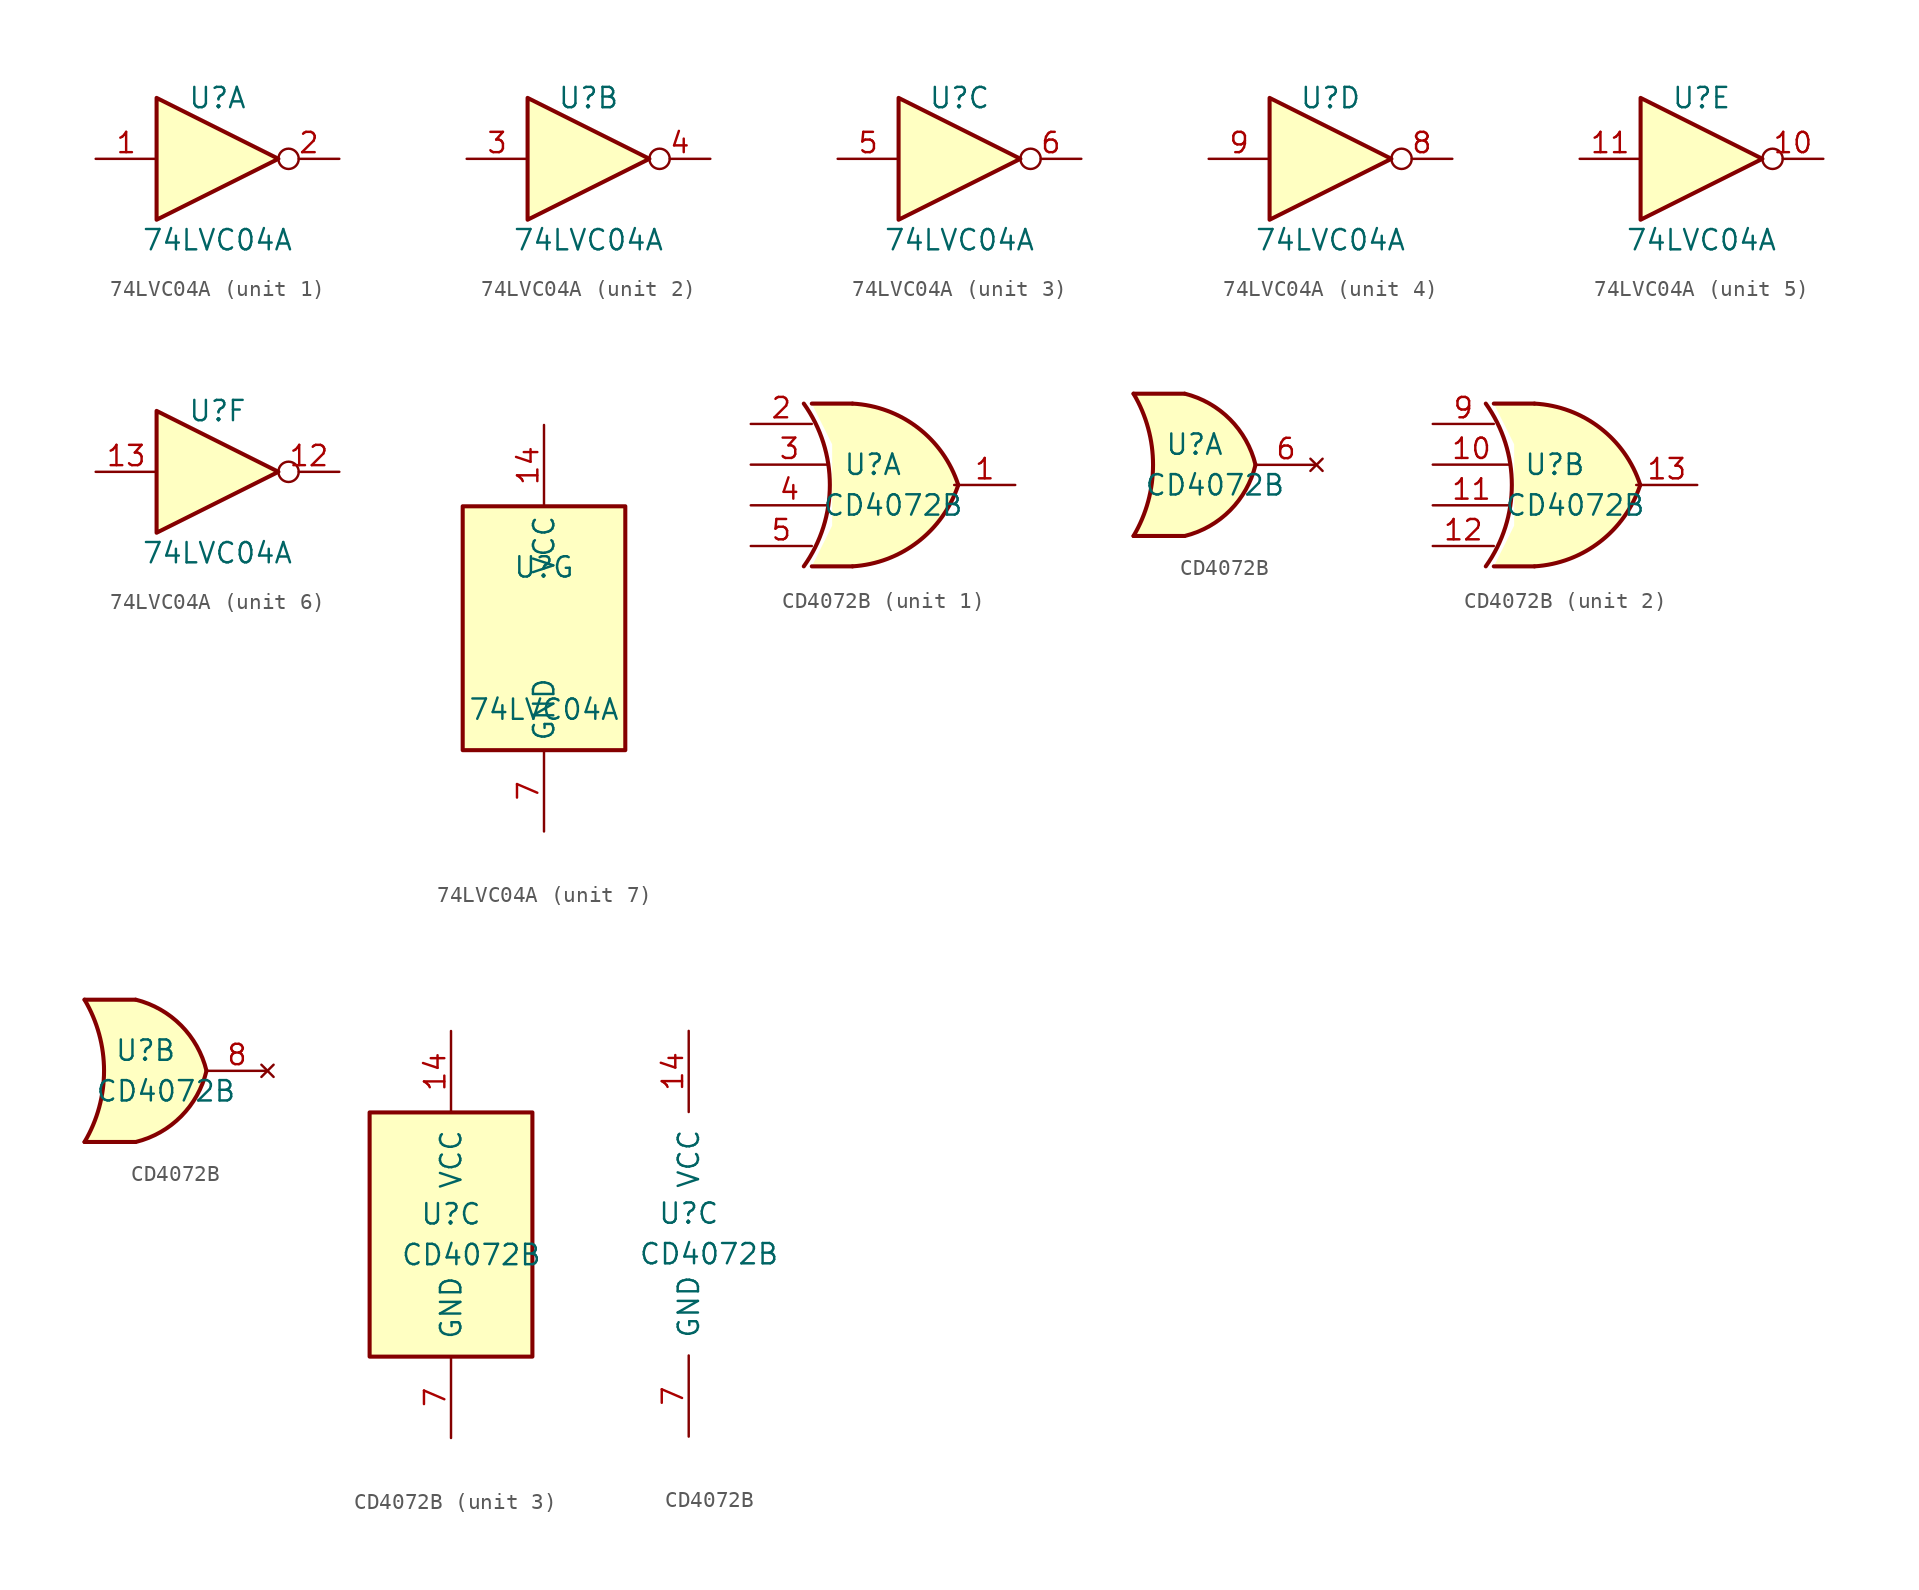
<source format=kicad_sym>
(kicad_symbol_lib
  (version 20211014)
  (generator kicad_symbol_editor)
  (symbol "74LVC04A"
    (property "Reference" "U"
      (at 0 3.81 0)
      (effects (font (size 1.27 1.27))))
    (property "Value" "74LVC04A"
      (at 0 -5.08 0)
      (effects (font (size 1.27 1.27))))
    (property "ki_locked" ""
      (at 0 0 0)
      (effects (font (size 1.27 1.27))))
    (symbol "74LVC04A_1_0"
      (polyline (pts (xy -3.81 3.81) (xy -3.81 -3.81) (xy 3.81 0) (xy -3.81 3.81)) (stroke (width 0.254) (type default) (color 0 0 0 0)) (fill (type background)))
      (pin input line (at -7.62 0 0) (length 3.81) (name "~" (effects (font (size 1.27 1.27)))) (number "1" (effects (font (size 1.27 1.27)))))
      (pin output inverted (at 7.62 0 180) (length 3.81) (name "~" (effects (font (size 1.27 1.27)))) (number "2" (effects (font (size 1.27 1.27))))))
    (symbol "74LVC04A_2_0"
      (polyline (pts (xy -3.81 3.81) (xy -3.81 -3.81) (xy 3.81 0) (xy -3.81 3.81)) (stroke (width 0.254) (type default) (color 0 0 0 0)) (fill (type background)))
      (pin input line (at -7.62 0 0) (length 3.81) (name "~" (effects (font (size 1.27 1.27)))) (number "3" (effects (font (size 1.27 1.27)))))
      (pin output inverted (at 7.62 0 180) (length 3.81) (name "~" (effects (font (size 1.27 1.27)))) (number "4" (effects (font (size 1.27 1.27))))))
    (symbol "74LVC04A_3_0"
      (polyline (pts (xy -3.81 3.81) (xy -3.81 -3.81) (xy 3.81 0) (xy -3.81 3.81)) (stroke (width 0.254) (type default) (color 0 0 0 0)) (fill (type background)))
      (pin input line (at -7.62 0 0) (length 3.81) (name "~" (effects (font (size 1.27 1.27)))) (number "5" (effects (font (size 1.27 1.27)))))
      (pin output inverted (at 7.62 0 180) (length 3.81) (name "~" (effects (font (size 1.27 1.27)))) (number "6" (effects (font (size 1.27 1.27))))))
    (symbol "74LVC04A_4_0"
      (polyline (pts (xy -3.81 3.81) (xy -3.81 -3.81) (xy 3.81 0) (xy -3.81 3.81)) (stroke (width 0.254) (type default) (color 0 0 0 0)) (fill (type background)))
      (pin output inverted (at 7.62 0 180) (length 3.81) (name "~" (effects (font (size 1.27 1.27)))) (number "8" (effects (font (size 1.27 1.27)))))
      (pin input line (at -7.62 0 0) (length 3.81) (name "~" (effects (font (size 1.27 1.27)))) (number "9" (effects (font (size 1.27 1.27))))))
    (symbol "74LVC04A_5_0"
      (polyline (pts (xy -3.81 3.81) (xy -3.81 -3.81) (xy 3.81 0) (xy -3.81 3.81)) (stroke (width 0.254) (type default) (color 0 0 0 0)) (fill (type background)))
      (pin output inverted (at 7.62 0 180) (length 3.81) (name "~" (effects (font (size 1.27 1.27)))) (number "10" (effects (font (size 1.27 1.27)))))
      (pin input line (at -7.62 0 0) (length 3.81) (name "~" (effects (font (size 1.27 1.27)))) (number "11" (effects (font (size 1.27 1.27))))))
    (symbol "74LVC04A_6_0"
      (polyline (pts (xy -3.81 3.81) (xy -3.81 -3.81) (xy 3.81 0) (xy -3.81 3.81)) (stroke (width 0.254) (type default) (color 0 0 0 0)) (fill (type background)))
      (pin output inverted (at 7.62 0 180) (length 3.81) (name "~" (effects (font (size 1.27 1.27)))) (number "12" (effects (font (size 1.27 1.27)))))
      (pin input line (at -7.62 0 0) (length 3.81) (name "~" (effects (font (size 1.27 1.27)))) (number "13" (effects (font (size 1.27 1.27))))))
    (symbol "74LVC04A_7_0"
      (pin power_in line (at 0 12.7 270) (length 5.08) (name "VCC" (effects (font (size 1.27 1.27)))) (number "14" (effects (font (size 1.27 1.27)))))
      (pin power_in line (at 0 -12.7 90) (length 5.08) (name "GND" (effects (font (size 1.27 1.27)))) (number "7" (effects (font (size 1.27 1.27))))))
    (symbol "74LVC04A_7_1"
      (rectangle (start -5.08 7.62) (end 5.08 -7.62) (stroke (width 0.254) (type default) (color 0 0 0 0)) (fill (type background)))))
  (symbol "CD4072B"
    (pin_names
      (offset 1.016))
    (property "Reference" "U"
      (at 0 1.27 0)
      (effects (font (size 1.27 1.27))))
    (property "Value" "CD4072B"
      (at 1.27 -1.27 0)
      (effects (font (size 1.27 1.27))))
    (property "ki_locked" ""
      (at 0 0 0)
      (effects (font (size 1.27 1.27))))
    (symbol "CD4072B_1_1"
      (arc (start -4.3094 -5.08) (mid -2.683 0) (end -4.3094 5.08) (stroke (width 0.254) (type default) (color 0 0 0 0)) (fill (type none)))
      (arc (start -1.27 -5.08) (mid 2.8113 -3.5531) (end 5.3338 0) (stroke (width 0.254) (type default) (color 0 0 0 0)) (fill (type background)))
      (polyline (pts (xy -3.81 -5.08) (xy -1.27 -5.08)) (stroke (width 0.254) (type default) (color 0 0 0 0)) (fill (type background)))
      (polyline (pts (xy -3.81 5.08) (xy -1.27 5.08)) (stroke (width 0.254) (type default) (color 0 0 0 0)) (fill (type background)))
      (polyline (pts (xy -1.27 5.08) (xy -3.81 5.08) (xy -3.81 5.08) (xy -2.54 2.54) (xy -2.54 2.54) (xy -2.54 1.27) (xy -2.54 0) (xy -2.54 -1.27) (xy -2.54 -2.54) (xy -3.81 -5.08) (xy -1.27 -5.08) (xy 2.54 -3.81)) (stroke (width -25.4) (type default) (color 0 0 0 0)) (fill (type background)))
      (arc (start 5.3338 0) (mid 2.8217 3.5666) (end -1.27 5.08) (stroke (width 0.254) (type default) (color 0 0 0 0)) (fill (type background)))
      (pin output line (at 8.89 0 180) (length 3.81) (name "~" (effects (font (size 1.27 1.27)))) (number "1" (effects (font (size 1.27 1.27)))))
      (pin input line (at -7.62 3.81 0) (length 3.81) (name "~" (effects (font (size 1.27 1.27)))) (number "2" (effects (font (size 1.27 1.27)))))
      (pin input line (at -7.62 1.27 0) (length 4.826) (name "~" (effects (font (size 1.27 1.27)))) (number "3" (effects (font (size 1.27 1.27)))))
      (pin input line (at -7.62 -1.27 0) (length 4.826) (name "~" (effects (font (size 1.27 1.27)))) (number "4" (effects (font (size 1.27 1.27)))))
      (pin input line (at -7.62 -3.81 0) (length 3.81) (name "~" (effects (font (size 1.27 1.27)))) (number "5" (effects (font (size 1.27 1.27))))))
    (symbol "CD4072B_1_2"
      (arc (start -3.81 -4.445) (mid -2.5908 0) (end -3.81 4.445) (stroke (width 0.254) (type default) (color 0 0 0 0)) (fill (type none)))
      (arc (start -0.6096 -4.445) (mid 2.2246 -2.8422) (end 3.81 0) (stroke (width 0.254) (type default) (color 0 0 0 0)) (fill (type background)))
      (polyline (pts (xy -3.81 -4.445) (xy -0.635 -4.445)) (stroke (width 0.254) (type default) (color 0 0 0 0)) (fill (type background)))
      (polyline (pts (xy -3.81 4.445) (xy -0.635 4.445)) (stroke (width 0.254) (type default) (color 0 0 0 0)) (fill (type background)))
      (polyline (pts (xy -0.635 4.445) (xy -3.81 4.445) (xy -3.81 4.445) (xy -3.632 4.089) (xy -3.099 2.921) (xy -2.769 1.676) (xy -2.616 0.432) (xy -2.642 -0.864) (xy -2.87 -2.108) (xy -3.251 -3.327) (xy -3.81 -4.445) (xy -3.81 -4.445) (xy -0.635 -4.445)) (stroke (width -25.4) (type default) (color 0 0 0 0)) (fill (type background)))
      (arc (start 3.81 0) (mid 2.2204 2.8379) (end -0.6096 4.445) (stroke (width 0.254) (type default) (color 0 0 0 0)) (fill (type background)))
      (pin no_connect line (at 7.62 0 180) (length 3.81) (name "~" (effects (font (size 1.27 1.27)))) (number "6" (effects (font (size 1.27 1.27))))))
    (symbol "CD4072B_2_1"
      (arc (start -4.3096 -5.08) (mid -2.6832 0) (end -4.3096 5.08) (stroke (width 0.254) (type default) (color 0 0 0 0)) (fill (type none)))
      (arc (start -1.2702 -5.08) (mid 2.811 -3.5531) (end 5.3336 0) (stroke (width 0.254) (type default) (color 0 0 0 0)) (fill (type background)))
      (polyline (pts (xy -3.81 -5.08) (xy -1.27 -5.08)) (stroke (width 0.254) (type default) (color 0 0 0 0)) (fill (type background)))
      (polyline (pts (xy -3.81 5.08) (xy -1.27 5.08)) (stroke (width 0.254) (type default) (color 0 0 0 0)) (fill (type background)))
      (polyline (pts (xy -1.27 5.08) (xy -3.81 5.08) (xy -3.81 5.08) (xy -2.54 2.54) (xy -2.54 2.54) (xy -2.54 1.27) (xy -2.54 0) (xy -2.54 -1.27) (xy -2.54 -2.54) (xy -3.81 -5.08) (xy -1.27 -5.08) (xy 2.54 -3.81)) (stroke (width -25.4) (type default) (color 0 0 0 0)) (fill (type background)))
      (arc (start 5.3336 0) (mid 2.8214 3.5666) (end -1.2702 5.08) (stroke (width 0.254) (type default) (color 0 0 0 0)) (fill (type background)))
      (pin input line (at -7.62 1.27 0) (length 4.826) (name "~" (effects (font (size 1.27 1.27)))) (number "10" (effects (font (size 1.27 1.27)))))
      (pin input line (at -7.62 -1.27 0) (length 4.826) (name "~" (effects (font (size 1.27 1.27)))) (number "11" (effects (font (size 1.27 1.27)))))
      (pin input line (at -7.62 -3.81 0) (length 3.81) (name "~" (effects (font (size 1.27 1.27)))) (number "12" (effects (font (size 1.27 1.27)))))
      (pin output line (at 8.89 0 180) (length 3.81) (name "~" (effects (font (size 1.27 1.27)))) (number "13" (effects (font (size 1.27 1.27)))))
      (pin input line (at -7.62 3.81 0) (length 3.81) (name "~" (effects (font (size 1.27 1.27)))) (number "9" (effects (font (size 1.27 1.27))))))
    (symbol "CD4072B_2_2"
      (arc (start -3.81 -4.445) (mid -2.5908 0) (end -3.81 4.445) (stroke (width 0.254) (type default) (color 0 0 0 0)) (fill (type none)))
      (arc (start -0.6096 -4.445) (mid 2.2246 -2.8422) (end 3.81 0) (stroke (width 0.254) (type default) (color 0 0 0 0)) (fill (type background)))
      (polyline (pts (xy -3.81 -4.445) (xy -0.635 -4.445)) (stroke (width 0.254) (type default) (color 0 0 0 0)) (fill (type background)))
      (polyline (pts (xy -3.81 4.445) (xy -0.635 4.445)) (stroke (width 0.254) (type default) (color 0 0 0 0)) (fill (type background)))
      (polyline (pts (xy -0.635 4.445) (xy -3.81 4.445) (xy -3.81 4.445) (xy -3.632 4.089) (xy -3.099 2.921) (xy -2.769 1.676) (xy -2.616 0.432) (xy -2.642 -0.864) (xy -2.87 -2.108) (xy -3.251 -3.327) (xy -3.81 -4.445) (xy -3.81 -4.445) (xy -0.635 -4.445)) (stroke (width -25.4) (type default) (color 0 0 0 0)) (fill (type background)))
      (arc (start 3.81 0) (mid 2.2204 2.8379) (end -0.6096 4.445) (stroke (width 0.254) (type default) (color 0 0 0 0)) (fill (type background)))
      (pin no_connect line (at 7.62 0 180) (length 3.81) (name "~" (effects (font (size 1.27 1.27)))) (number "8" (effects (font (size 1.27 1.27))))))
    (symbol "CD4072B_3_0"
      (pin power_in line (at 0 12.7 270) (length 5.08) (name "VCC" (effects (font (size 1.27 1.27)))) (number "14" (effects (font (size 1.27 1.27)))))
      (pin power_in line (at 0 -12.7 90) (length 5.08) (name "GND" (effects (font (size 1.27 1.27)))) (number "7" (effects (font (size 1.27 1.27))))))
    (symbol "CD4072B_3_1"
      (rectangle (start -5.08 7.62) (end 5.08 -7.62) (stroke (width 0.254) (type default) (color 0 0 0 0)) (fill (type background))))))
</source>
